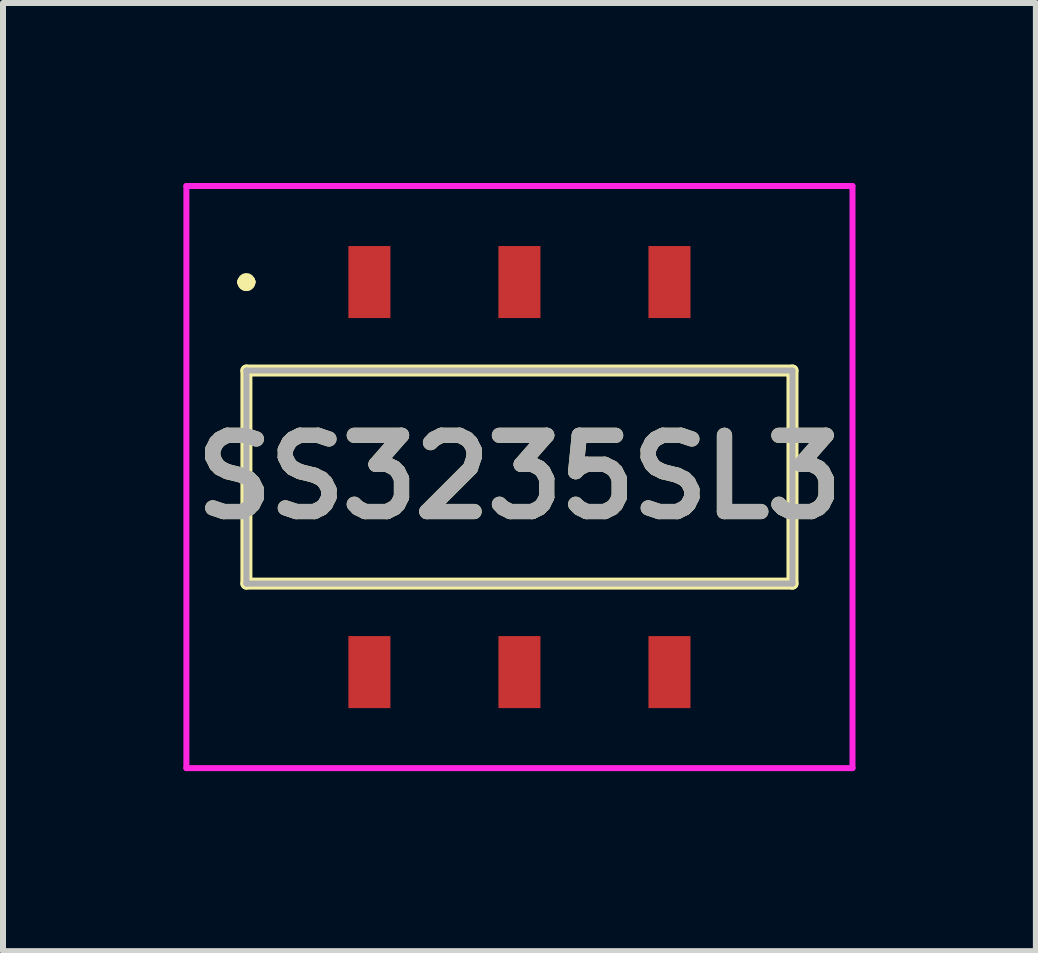
<source format=kicad_pcb>
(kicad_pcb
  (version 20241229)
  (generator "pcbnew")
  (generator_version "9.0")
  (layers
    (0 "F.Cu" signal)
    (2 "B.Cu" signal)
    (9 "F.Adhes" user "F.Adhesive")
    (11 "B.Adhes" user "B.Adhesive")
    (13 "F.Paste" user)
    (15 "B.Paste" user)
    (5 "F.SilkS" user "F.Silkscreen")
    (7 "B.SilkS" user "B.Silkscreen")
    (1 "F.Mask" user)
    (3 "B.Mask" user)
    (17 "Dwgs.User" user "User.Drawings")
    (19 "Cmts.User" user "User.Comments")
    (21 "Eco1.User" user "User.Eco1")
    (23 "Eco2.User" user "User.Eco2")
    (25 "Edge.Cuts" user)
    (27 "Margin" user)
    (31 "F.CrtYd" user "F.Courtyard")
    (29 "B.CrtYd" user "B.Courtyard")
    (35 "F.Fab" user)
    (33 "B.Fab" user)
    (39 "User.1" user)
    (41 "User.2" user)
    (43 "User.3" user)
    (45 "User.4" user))
  (footprint "SS3235SL3"
    (layer "F.Cu")
    (at 5.606 4.9)
    (property "Reference" "SS3235SL3" (at 0 0 0) (layer "F.SilkS") (effects (font (size 1.27 1.27) (thickness 0.254))))
    (attr smd)
    (fp_line (start -4.6 -3.25) (end -4.6 -3.25) (stroke (width 0.2) (type solid)) (layer "F.SilkS"))
    (fp_line (start -4.6 -3.25) (end -4.6 -3.25) (stroke (width 0.2) (type solid)) (layer "F.SilkS"))
    (fp_line (start -4.55 -1.775) (end -4.55 1.775) (stroke (width 0.2) (type solid)) (layer "F.SilkS"))
    (fp_line (start -4.55 1.775) (end 4.55 1.775) (stroke (width 0.2) (type solid)) (layer "F.SilkS"))
    (fp_line (start -4.5 -3.25) (end -4.5 -3.25) (stroke (width 0.2) (type solid)) (layer "F.SilkS"))
    (fp_line (start 4.55 -1.775) (end -4.55 -1.775) (stroke (width 0.2) (type solid)) (layer "F.SilkS"))
    (fp_line (start 4.55 1.775) (end 4.55 -1.775) (stroke (width 0.2) (type solid)) (layer "F.SilkS"))
    (fp_arc (start -4.6 -3.25) (mid -4.55 -3.3) (end -4.5 -3.25) (stroke (width 0.2) (type solid)) (layer "F.SilkS"))
    (fp_arc (start -4.5 -3.25) (mid -4.55 -3.2) (end -4.6 -3.25) (stroke (width 0.2) (type solid)) (layer "F.SilkS"))
    (fp_arc (start -4.5 -3.25) (mid -4.55 -3.2) (end -4.6 -3.25) (stroke (width 0.2) (type solid)) (layer "F.SilkS"))
    (fp_line (start -5.55 -4.85) (end 5.55 -4.85) (stroke (width 0.1) (type solid)) (layer "F.CrtYd"))
    (fp_line (start -5.55 4.85) (end -5.55 -4.85) (stroke (width 0.1) (type solid)) (layer "F.CrtYd"))
    (fp_line (start 5.55 -4.85) (end 5.55 4.85) (stroke (width 0.1) (type solid)) (layer "F.CrtYd"))
    (fp_line (start 5.55 4.85) (end -5.55 4.85) (stroke (width 0.1) (type solid)) (layer "F.CrtYd"))
    (fp_line (start -4.55 -1.775) (end -4.55 1.775) (stroke (width 0.1) (type solid)) (layer "F.Fab"))
    (fp_line (start -4.55 1.775) (end 4.55 1.775) (stroke (width 0.1) (type solid)) (layer "F.Fab"))
    (fp_line (start 4.55 -1.775) (end -4.55 -1.775) (stroke (width 0.1) (type solid)) (layer "F.Fab"))
    (fp_line (start 4.55 1.775) (end 4.55 -1.775) (stroke (width 0.1) (type solid)) (layer "F.Fab"))
    (fp_text user "${REFERENCE}" (at 0 0 0) (layer "F.Fab") (effects (font (size 1.27 1.27) (thickness 0.254))))
    (pad "1" smd rect (at -2.5 -3.25) (size 0.7 1.2) (layers "F.Cu" "F.Mask" "F.Paste"))
    (pad "2" smd rect (at 0 -3.25) (size 0.7 1.2) (layers "F.Cu" "F.Mask" "F.Paste"))
    (pad "3" smd rect (at 2.5 -3.25) (size 0.7 1.2) (layers "F.Cu" "F.Mask" "F.Paste"))
    (pad "4" smd rect (at -2.5 3.25) (size 0.7 1.2) (layers "F.Cu" "F.Mask" "F.Paste"))
    (pad "5" smd rect (at 0 3.25) (size 0.7 1.2) (layers "F.Cu" "F.Mask" "F.Paste"))
    (pad "6" smd rect (at 2.5 3.25) (size 0.7 1.2) (layers "F.Cu" "F.Mask" "F.Paste")))
  (gr_rect
    (start -3 -3)
    (end 14.212 12.8)
    (stroke (width 0.1) (type default))
    (fill no)
    (layer "Edge.Cuts")))
</source>
